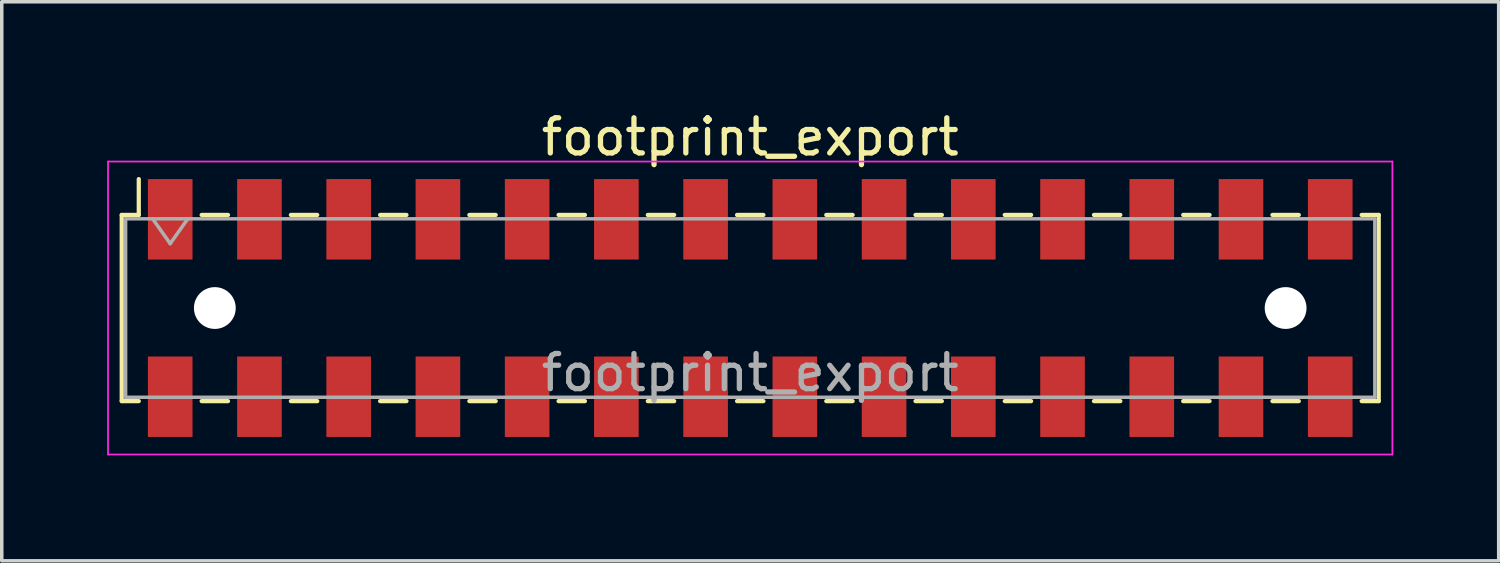
<source format=kicad_pcb>
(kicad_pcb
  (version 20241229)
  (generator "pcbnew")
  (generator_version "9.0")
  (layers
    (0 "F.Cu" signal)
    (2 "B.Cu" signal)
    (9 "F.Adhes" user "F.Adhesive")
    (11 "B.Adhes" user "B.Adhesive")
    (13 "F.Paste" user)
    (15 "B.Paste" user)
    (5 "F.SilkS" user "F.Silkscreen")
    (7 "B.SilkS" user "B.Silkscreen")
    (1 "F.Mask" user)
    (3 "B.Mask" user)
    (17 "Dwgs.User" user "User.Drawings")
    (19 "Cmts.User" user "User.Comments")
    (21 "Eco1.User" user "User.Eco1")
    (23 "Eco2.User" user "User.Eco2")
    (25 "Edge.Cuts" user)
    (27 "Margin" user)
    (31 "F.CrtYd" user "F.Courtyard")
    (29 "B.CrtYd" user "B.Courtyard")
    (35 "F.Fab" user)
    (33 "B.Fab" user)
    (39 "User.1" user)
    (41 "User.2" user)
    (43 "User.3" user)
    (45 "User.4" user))
  (footprint "footprint_export"
    (layer "F.Cu")
    (at 18.305 5.718)
    (property "Reference" "footprint_export" (at 0 -4.87 0) (layer "F.SilkS") (effects (font (size 1 1) (thickness 0.15))))
    (attr smd)
    (fp_line (start -17.89 -2.65) (end -17.89 2.65) (stroke (width 0.12) (type solid)) (layer "F.SilkS"))
    (fp_line (start -17.89 2.65) (end -17.405 2.65) (stroke (width 0.12) (type solid)) (layer "F.SilkS"))
    (fp_line (start -17.405 -3.67) (end -17.405 -2.65) (stroke (width 0.12) (type solid)) (layer "F.SilkS"))
    (fp_line (start -17.405 -2.65) (end -17.89 -2.65) (stroke (width 0.12) (type solid)) (layer "F.SilkS"))
    (fp_line (start -15.615 -2.65) (end -14.865 -2.65) (stroke (width 0.12) (type solid)) (layer "F.SilkS"))
    (fp_line (start -15.615 2.65) (end -14.865 2.65) (stroke (width 0.12) (type solid)) (layer "F.SilkS"))
    (fp_line (start -13.075 -2.65) (end -12.325 -2.65) (stroke (width 0.12) (type solid)) (layer "F.SilkS"))
    (fp_line (start -13.075 2.65) (end -12.325 2.65) (stroke (width 0.12) (type solid)) (layer "F.SilkS"))
    (fp_line (start -10.535 -2.65) (end -9.785 -2.65) (stroke (width 0.12) (type solid)) (layer "F.SilkS"))
    (fp_line (start -10.535 2.65) (end -9.785 2.65) (stroke (width 0.12) (type solid)) (layer "F.SilkS"))
    (fp_line (start -7.995 -2.65) (end -7.245 -2.65) (stroke (width 0.12) (type solid)) (layer "F.SilkS"))
    (fp_line (start -7.995 2.65) (end -7.245 2.65) (stroke (width 0.12) (type solid)) (layer "F.SilkS"))
    (fp_line (start -5.455 -2.65) (end -4.705 -2.65) (stroke (width 0.12) (type solid)) (layer "F.SilkS"))
    (fp_line (start -5.455 2.65) (end -4.705 2.65) (stroke (width 0.12) (type solid)) (layer "F.SilkS"))
    (fp_line (start -2.915 -2.65) (end -2.165 -2.65) (stroke (width 0.12) (type solid)) (layer "F.SilkS"))
    (fp_line (start -2.915 2.65) (end -2.165 2.65) (stroke (width 0.12) (type solid)) (layer "F.SilkS"))
    (fp_line (start -0.375 -2.65) (end 0.375 -2.65) (stroke (width 0.12) (type solid)) (layer "F.SilkS"))
    (fp_line (start -0.375 2.65) (end 0.375 2.65) (stroke (width 0.12) (type solid)) (layer "F.SilkS"))
    (fp_line (start 2.165 -2.65) (end 2.915 -2.65) (stroke (width 0.12) (type solid)) (layer "F.SilkS"))
    (fp_line (start 2.165 2.65) (end 2.915 2.65) (stroke (width 0.12) (type solid)) (layer "F.SilkS"))
    (fp_line (start 4.705 -2.65) (end 5.455 -2.65) (stroke (width 0.12) (type solid)) (layer "F.SilkS"))
    (fp_line (start 4.705 2.65) (end 5.455 2.65) (stroke (width 0.12) (type solid)) (layer "F.SilkS"))
    (fp_line (start 7.245 -2.65) (end 7.995 -2.65) (stroke (width 0.12) (type solid)) (layer "F.SilkS"))
    (fp_line (start 7.245 2.65) (end 7.995 2.65) (stroke (width 0.12) (type solid)) (layer "F.SilkS"))
    (fp_line (start 9.785 -2.65) (end 10.535 -2.65) (stroke (width 0.12) (type solid)) (layer "F.SilkS"))
    (fp_line (start 9.785 2.65) (end 10.535 2.65) (stroke (width 0.12) (type solid)) (layer "F.SilkS"))
    (fp_line (start 12.325 -2.65) (end 13.075 -2.65) (stroke (width 0.12) (type solid)) (layer "F.SilkS"))
    (fp_line (start 12.325 2.65) (end 13.075 2.65) (stroke (width 0.12) (type solid)) (layer "F.SilkS"))
    (fp_line (start 14.865 -2.65) (end 15.615 -2.65) (stroke (width 0.12) (type solid)) (layer "F.SilkS"))
    (fp_line (start 14.865 2.65) (end 15.615 2.65) (stroke (width 0.12) (type solid)) (layer "F.SilkS"))
    (fp_line (start 17.405 -2.65) (end 17.89 -2.65) (stroke (width 0.12) (type solid)) (layer "F.SilkS"))
    (fp_line (start 17.89 -2.65) (end 17.89 2.65) (stroke (width 0.12) (type solid)) (layer "F.SilkS"))
    (fp_line (start 17.89 2.65) (end 17.405 2.65) (stroke (width 0.12) (type solid)) (layer "F.SilkS"))
    (fp_line (start -18.28 -4.17) (end 18.28 -4.17) (stroke (width 0.05) (type solid)) (layer "F.CrtYd"))
    (fp_line (start -18.28 4.17) (end -18.28 -4.17) (stroke (width 0.05) (type solid)) (layer "F.CrtYd"))
    (fp_line (start 18.28 -4.17) (end 18.28 4.17) (stroke (width 0.05) (type solid)) (layer "F.CrtYd"))
    (fp_line (start 18.28 4.17) (end -18.28 4.17) (stroke (width 0.05) (type solid)) (layer "F.CrtYd"))
    (fp_line (start -17.78 -2.54) (end 17.78 -2.54) (stroke (width 0.1) (type solid)) (layer "F.Fab"))
    (fp_line (start -17.78 2.54) (end -17.78 -2.54) (stroke (width 0.1) (type solid)) (layer "F.Fab"))
    (fp_line (start -17.01 -2.54) (end -16.51 -1.833) (stroke (width 0.1) (type solid)) (layer "F.Fab"))
    (fp_line (start -16.51 -1.833) (end -16.01 -2.54) (stroke (width 0.1) (type solid)) (layer "F.Fab"))
    (fp_line (start 17.78 -2.54) (end 17.78 2.54) (stroke (width 0.1) (type solid)) (layer "F.Fab"))
    (fp_line (start 17.78 2.54) (end -17.78 2.54) (stroke (width 0.1) (type solid)) (layer "F.Fab"))
    (fp_text user "${REFERENCE}" (at 0 1.84 0) (layer "F.Fab") (effects (font (size 1 1) (thickness 0.15))))
    (pad "" np_thru_hole circle (at -15.24 0) (size 1.19 1.19) (drill 1.19) (layers "*.Cu" "*.Mask"))
    (pad "" np_thru_hole circle (at 15.24 0) (size 1.19 1.19) (drill 1.19) (layers "*.Cu" "*.Mask"))
    (pad "1" smd rect (at -16.51 -2.525) (size 1.27 2.29) (layers "F.Cu" "F.Mask" "F.Paste"))
    (pad "2" smd rect (at -16.51 2.525) (size 1.27 2.29) (layers "F.Cu" "F.Mask" "F.Paste"))
    (pad "3" smd rect (at -13.97 -2.525) (size 1.27 2.29) (layers "F.Cu" "F.Mask" "F.Paste"))
    (pad "4" smd rect (at -13.97 2.525) (size 1.27 2.29) (layers "F.Cu" "F.Mask" "F.Paste"))
    (pad "5" smd rect (at -11.43 -2.525) (size 1.27 2.29) (layers "F.Cu" "F.Mask" "F.Paste"))
    (pad "6" smd rect (at -11.43 2.525) (size 1.27 2.29) (layers "F.Cu" "F.Mask" "F.Paste"))
    (pad "7" smd rect (at -8.89 -2.525) (size 1.27 2.29) (layers "F.Cu" "F.Mask" "F.Paste"))
    (pad "8" smd rect (at -8.89 2.525) (size 1.27 2.29) (layers "F.Cu" "F.Mask" "F.Paste"))
    (pad "9" smd rect (at -6.35 -2.525) (size 1.27 2.29) (layers "F.Cu" "F.Mask" "F.Paste"))
    (pad "10" smd rect (at -6.35 2.525) (size 1.27 2.29) (layers "F.Cu" "F.Mask" "F.Paste"))
    (pad "11" smd rect (at -3.81 -2.525) (size 1.27 2.29) (layers "F.Cu" "F.Mask" "F.Paste"))
    (pad "12" smd rect (at -3.81 2.525) (size 1.27 2.29) (layers "F.Cu" "F.Mask" "F.Paste"))
    (pad "13" smd rect (at -1.27 -2.525) (size 1.27 2.29) (layers "F.Cu" "F.Mask" "F.Paste"))
    (pad "14" smd rect (at -1.27 2.525) (size 1.27 2.29) (layers "F.Cu" "F.Mask" "F.Paste"))
    (pad "15" smd rect (at 1.27 -2.525) (size 1.27 2.29) (layers "F.Cu" "F.Mask" "F.Paste"))
    (pad "16" smd rect (at 1.27 2.525) (size 1.27 2.29) (layers "F.Cu" "F.Mask" "F.Paste"))
    (pad "17" smd rect (at 3.81 -2.525) (size 1.27 2.29) (layers "F.Cu" "F.Mask" "F.Paste"))
    (pad "18" smd rect (at 3.81 2.525) (size 1.27 2.29) (layers "F.Cu" "F.Mask" "F.Paste"))
    (pad "19" smd rect (at 6.35 -2.525) (size 1.27 2.29) (layers "F.Cu" "F.Mask" "F.Paste"))
    (pad "20" smd rect (at 6.35 2.525) (size 1.27 2.29) (layers "F.Cu" "F.Mask" "F.Paste"))
    (pad "21" smd rect (at 8.89 -2.525) (size 1.27 2.29) (layers "F.Cu" "F.Mask" "F.Paste"))
    (pad "22" smd rect (at 8.89 2.525) (size 1.27 2.29) (layers "F.Cu" "F.Mask" "F.Paste"))
    (pad "23" smd rect (at 11.43 -2.525) (size 1.27 2.29) (layers "F.Cu" "F.Mask" "F.Paste"))
    (pad "24" smd rect (at 11.43 2.525) (size 1.27 2.29) (layers "F.Cu" "F.Mask" "F.Paste"))
    (pad "25" smd rect (at 13.97 -2.525) (size 1.27 2.29) (layers "F.Cu" "F.Mask" "F.Paste"))
    (pad "26" smd rect (at 13.97 2.525) (size 1.27 2.29) (layers "F.Cu" "F.Mask" "F.Paste"))
    (pad "27" smd rect (at 16.51 -2.525) (size 1.27 2.29) (layers "F.Cu" "F.Mask" "F.Paste"))
    (pad "28" smd rect (at 16.51 2.525) (size 1.27 2.29) (layers "F.Cu" "F.Mask" "F.Paste")))
  (gr_rect
    (start -3 -3)
    (end 39.61 12.913)
    (stroke (width 0.1) (type default))
    (fill no)
    (layer "Edge.Cuts")))
</source>
